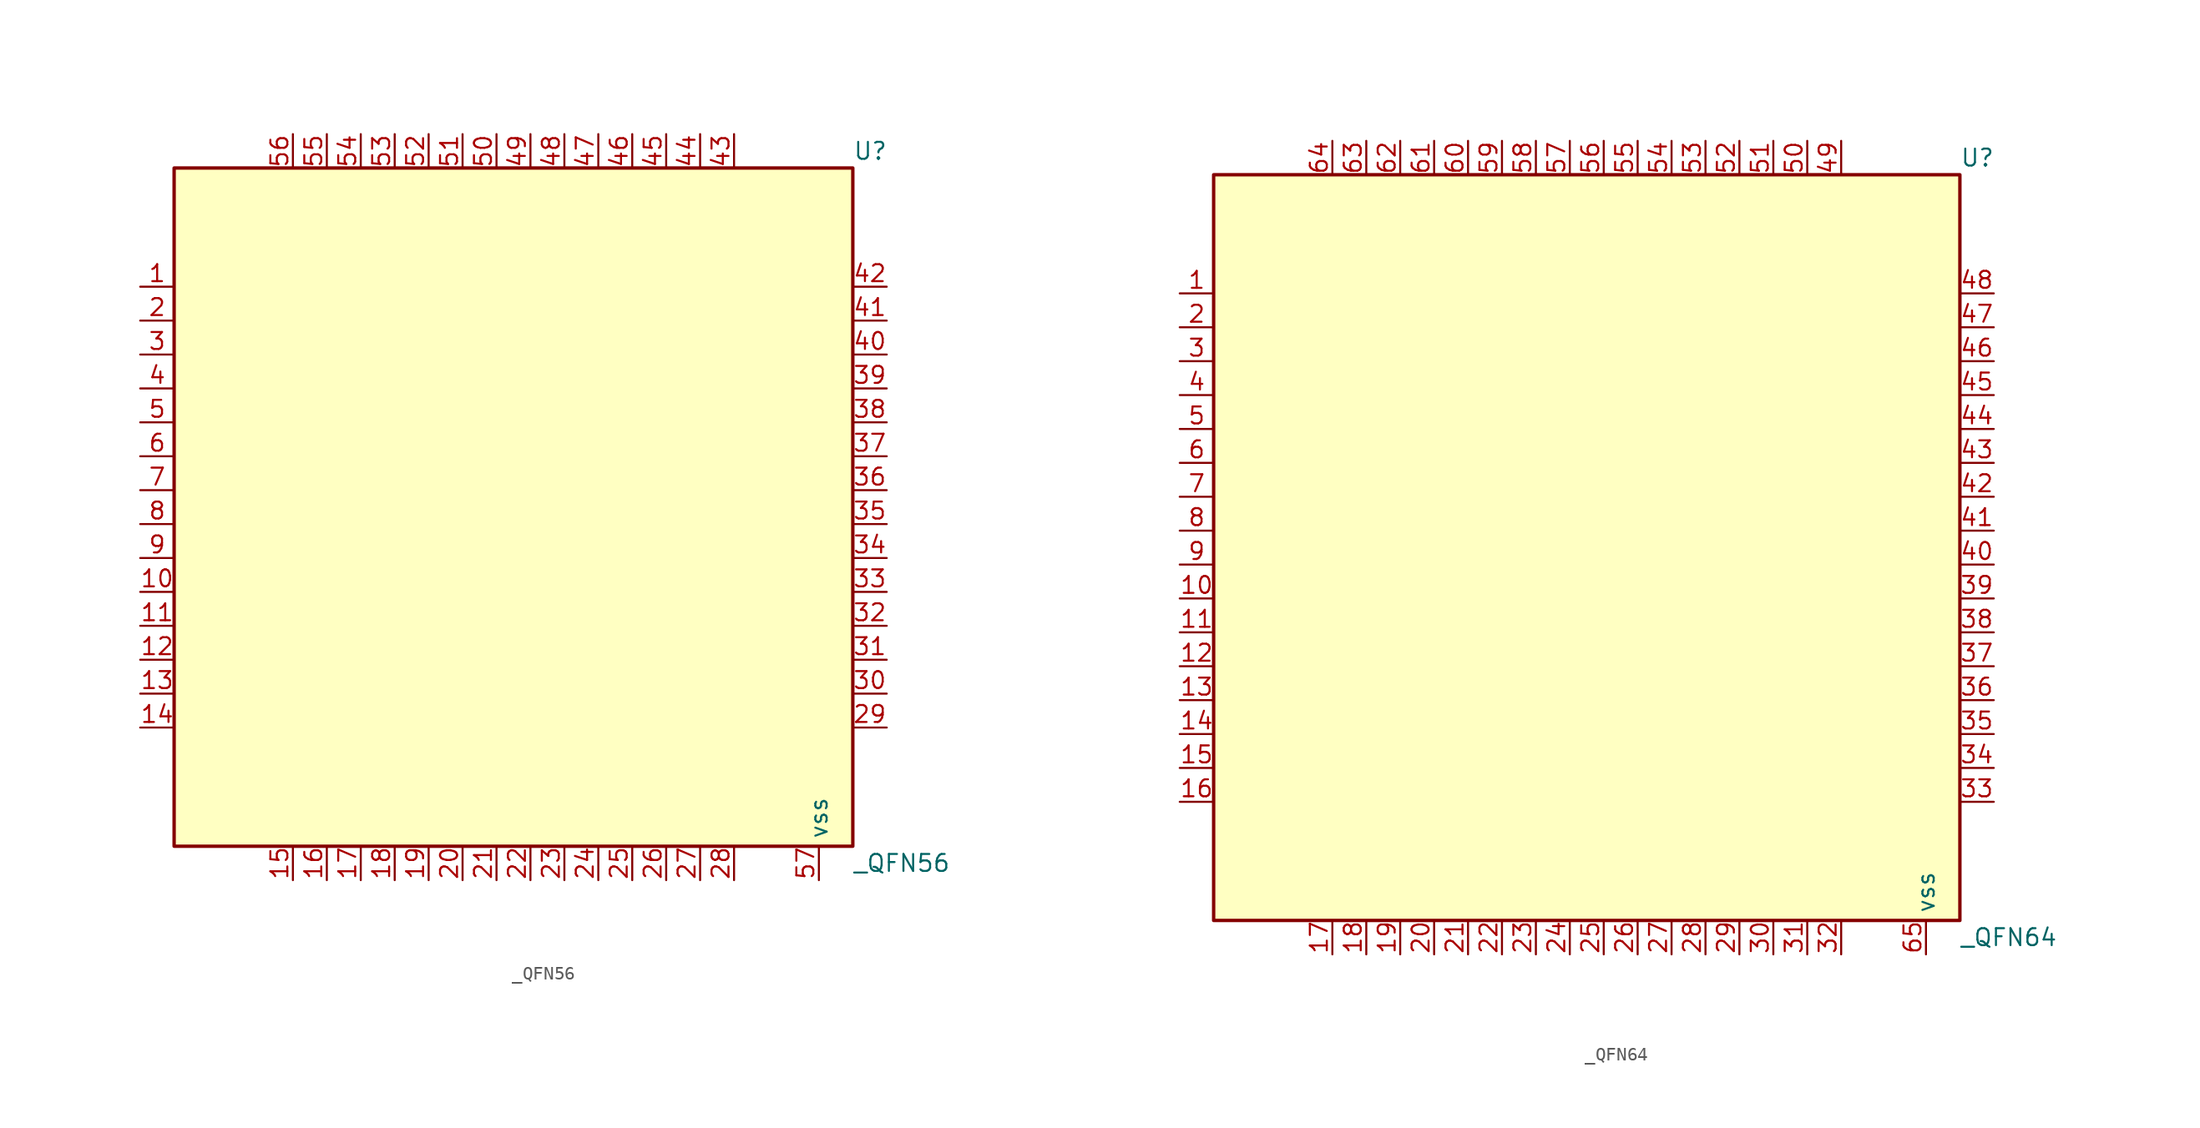
<source format=kicad_sym>
(kicad_symbol_lib
  (version 20241209)
  (generator "kicad_symbol_editor")
  (generator_version "9.0")
  (symbol "_QFN56"
    (property "Reference" "U"
      (at 25.4 26.67 0)
      (effects (font (size 1.27 1.27)) (justify left)))
    (property "Value" "_QFN56"
      (at 25.4 -26.67 0)
      (effects (font (size 1.27 1.27)) (justify left)))
    (symbol "_QFN56_0_0"
      (pin unspecified line (at -27.94 16.51 0) (length 2.54) (name "" (effects (font (size 1.27 1.27)))) (number "1" (effects (font (size 1.27 1.27)))))
      (pin unspecified line (at -27.94 13.97 0) (length 2.54) (name "" (effects (font (size 1.27 1.27)))) (number "2" (effects (font (size 1.27 1.27)))))
      (pin unspecified line (at -27.94 11.43 0) (length 2.54) (name "" (effects (font (size 1.27 1.27)))) (number "3" (effects (font (size 1.27 1.27)))))
      (pin unspecified line (at -27.94 8.89 0) (length 2.54) (name "" (effects (font (size 1.27 1.27)))) (number "4" (effects (font (size 1.27 1.27)))))
      (pin unspecified line (at -27.94 6.35 0) (length 2.54) (name "" (effects (font (size 1.27 1.27)))) (number "5" (effects (font (size 1.27 1.27)))))
      (pin unspecified line (at -27.94 3.81 0) (length 2.54) (name "" (effects (font (size 1.27 1.27)))) (number "6" (effects (font (size 1.27 1.27)))))
      (pin unspecified line (at -27.94 1.27 0) (length 2.54) (name "" (effects (font (size 1.27 1.27)))) (number "7" (effects (font (size 1.27 1.27)))))
      (pin unspecified line (at -27.94 -1.27 0) (length 2.54) (name "" (effects (font (size 1.27 1.27)))) (number "8" (effects (font (size 1.27 1.27)))))
      (pin unspecified line (at -27.94 -3.81 0) (length 2.54) (name "" (effects (font (size 1.27 1.27)))) (number "9" (effects (font (size 1.27 1.27)))))
      (pin unspecified line (at -27.94 -6.35 0) (length 2.54) (name "" (effects (font (size 1.27 1.27)))) (number "10" (effects (font (size 1.27 1.27)))))
      (pin unspecified line (at -27.94 -8.89 0) (length 2.54) (name "" (effects (font (size 1.27 1.27)))) (number "11" (effects (font (size 1.27 1.27)))))
      (pin unspecified line (at -27.94 -11.43 0) (length 2.54) (name "" (effects (font (size 1.27 1.27)))) (number "12" (effects (font (size 1.27 1.27)))))
      (pin unspecified line (at -27.94 -13.97 0) (length 2.54) (name "" (effects (font (size 1.27 1.27)))) (number "13" (effects (font (size 1.27 1.27)))))
      (pin unspecified line (at -27.94 -16.51 0) (length 2.54) (name "" (effects (font (size 1.27 1.27)))) (number "14" (effects (font (size 1.27 1.27)))))
      (pin unspecified line (at -16.51 -27.94 90) (length 2.54) (name "" (effects (font (size 1.27 1.27)))) (number "15" (effects (font (size 1.27 1.27)))))
      (pin unspecified line (at -13.97 27.94 270) (length 2.54) (name "" (effects (font (size 1.27 1.27)))) (number "55" (effects (font (size 1.27 1.27)))))
      (pin unspecified line (at -13.97 -27.94 90) (length 2.54) (name "" (effects (font (size 1.27 1.27)))) (number "16" (effects (font (size 1.27 1.27)))))
      (pin unspecified line (at -11.43 27.94 270) (length 2.54) (name "" (effects (font (size 1.27 1.27)))) (number "54" (effects (font (size 1.27 1.27)))))
      (pin unspecified line (at -11.43 -27.94 90) (length 2.54) (name "" (effects (font (size 1.27 1.27)))) (number "17" (effects (font (size 1.27 1.27)))))
      (pin unspecified line (at -8.89 27.94 270) (length 2.54) (name "" (effects (font (size 1.27 1.27)))) (number "53" (effects (font (size 1.27 1.27)))))
      (pin unspecified line (at -8.89 -27.94 90) (length 2.54) (name "" (effects (font (size 1.27 1.27)))) (number "18" (effects (font (size 1.27 1.27)))))
      (pin unspecified line (at -6.35 27.94 270) (length 2.54) (name "" (effects (font (size 1.27 1.27)))) (number "52" (effects (font (size 1.27 1.27)))))
      (pin unspecified line (at -6.35 -27.94 90) (length 2.54) (name "" (effects (font (size 1.27 1.27)))) (number "19" (effects (font (size 1.27 1.27)))))
      (pin unspecified line (at -3.81 27.94 270) (length 2.54) (name "" (effects (font (size 1.27 1.27)))) (number "51" (effects (font (size 1.27 1.27)))))
      (pin unspecified line (at -3.81 -27.94 90) (length 2.54) (name "" (effects (font (size 1.27 1.27)))) (number "20" (effects (font (size 1.27 1.27)))))
      (pin unspecified line (at -1.27 27.94 270) (length 2.54) (name "" (effects (font (size 1.27 1.27)))) (number "50" (effects (font (size 1.27 1.27)))))
      (pin unspecified line (at -1.27 -27.94 90) (length 2.54) (name "" (effects (font (size 1.27 1.27)))) (number "21" (effects (font (size 1.27 1.27)))))
      (pin unspecified line (at 1.27 27.94 270) (length 2.54) (name "" (effects (font (size 1.27 1.27)))) (number "49" (effects (font (size 1.27 1.27)))))
      (pin unspecified line (at 1.27 -27.94 90) (length 2.54) (name "" (effects (font (size 1.27 1.27)))) (number "22" (effects (font (size 1.27 1.27)))))
      (pin unspecified line (at 3.81 27.94 270) (length 2.54) (name "" (effects (font (size 1.27 1.27)))) (number "48" (effects (font (size 1.27 1.27)))))
      (pin unspecified line (at 3.81 -27.94 90) (length 2.54) (name "" (effects (font (size 1.27 1.27)))) (number "23" (effects (font (size 1.27 1.27)))))
      (pin unspecified line (at 6.35 27.94 270) (length 2.54) (name "" (effects (font (size 1.27 1.27)))) (number "47" (effects (font (size 1.27 1.27)))))
      (pin unspecified line (at 8.89 27.94 270) (length 2.54) (name "" (effects (font (size 1.27 1.27)))) (number "46" (effects (font (size 1.27 1.27)))))
      (pin unspecified line (at 11.43 27.94 270) (length 2.54) (name "" (effects (font (size 1.27 1.27)))) (number "45" (effects (font (size 1.27 1.27)))))
      (pin unspecified line (at 11.43 -27.94 90) (length 2.54) (name "" (effects (font (size 1.27 1.27)))) (number "26" (effects (font (size 1.27 1.27)))))
      (pin unspecified line (at 13.97 27.94 270) (length 2.54) (name "" (effects (font (size 1.27 1.27)))) (number "44" (effects (font (size 1.27 1.27)))))
      (pin unspecified line (at 13.97 -27.94 90) (length 2.54) (name "" (effects (font (size 1.27 1.27)))) (number "27" (effects (font (size 1.27 1.27)))))
      (pin unspecified line (at 16.51 27.94 270) (length 2.54) (name "" (effects (font (size 1.27 1.27)))) (number "43" (effects (font (size 1.27 1.27)))))
      (pin unspecified line (at 16.51 -27.94 90) (length 2.54) (name "" (effects (font (size 1.27 1.27)))) (number "28" (effects (font (size 1.27 1.27)))))
      (pin unspecified line (at 27.94 16.51 180) (length 2.54) (name "" (effects (font (size 1.27 1.27)))) (number "42" (effects (font (size 1.27 1.27)))))
      (pin unspecified line (at 27.94 8.89 180) (length 2.54) (name "" (effects (font (size 1.27 1.27)))) (number "39" (effects (font (size 1.27 1.27)))))
      (pin unspecified line (at 27.94 6.35 180) (length 2.54) (name "" (effects (font (size 1.27 1.27)))) (number "38" (effects (font (size 1.27 1.27)))))
      (pin unspecified line (at 27.94 3.81 180) (length 2.54) (name "" (effects (font (size 1.27 1.27)))) (number "37" (effects (font (size 1.27 1.27)))))
      (pin unspecified line (at 27.94 1.27 180) (length 2.54) (name "" (effects (font (size 1.27 1.27)))) (number "36" (effects (font (size 1.27 1.27)))))
      (pin unspecified line (at 27.94 -1.27 180) (length 2.54) (name "" (effects (font (size 1.27 1.27)))) (number "35" (effects (font (size 1.27 1.27)))))
      (pin unspecified line (at 27.94 -3.81 180) (length 2.54) (name "" (effects (font (size 1.27 1.27)))) (number "34" (effects (font (size 1.27 1.27)))))
      (pin unspecified line (at 27.94 -6.35 180) (length 2.54) (name "" (effects (font (size 1.27 1.27)))) (number "33" (effects (font (size 1.27 1.27)))))
      (pin unspecified line (at 27.94 -8.89 180) (length 2.54) (name "" (effects (font (size 1.27 1.27)))) (number "32" (effects (font (size 1.27 1.27)))))
      (pin unspecified line (at 27.94 -11.43 180) (length 2.54) (name "" (effects (font (size 1.27 1.27)))) (number "31" (effects (font (size 1.27 1.27)))))
      (pin unspecified line (at 27.94 -13.97 180) (length 2.54) (name "" (effects (font (size 1.27 1.27)))) (number "30" (effects (font (size 1.27 1.27)))))
      (pin unspecified line (at 27.94 -16.51 180) (length 2.54) (name "" (effects (font (size 1.27 1.27)))) (number "29" (effects (font (size 1.27 1.27))))))
    (symbol "_QFN56_1_0"
      (pin unspecified line (at -16.51 27.94 270) (length 2.54) (name "" (effects (font (size 1.27 1.27)))) (number "56" (effects (font (size 1.27 1.27)))))
      (pin unspecified line (at 6.35 -27.94 90) (length 2.54) (name "" (effects (font (size 1.27 1.27)))) (number "24" (effects (font (size 1.27 1.27)))))
      (pin unspecified line (at 8.89 -27.94 90) (length 2.54) (name "" (effects (font (size 1.27 1.27)))) (number "25" (effects (font (size 1.27 1.27)))))
      (pin unspecified line (at 22.86 -27.94 90) (length 2.54) (name "vss" (effects (font (size 1.27 1.27)))) (number "57" (effects (font (size 1.27 1.27)))))
      (pin unspecified line (at 27.94 13.97 180) (length 2.54) (name "" (effects (font (size 1.27 1.27)))) (number "41" (effects (font (size 1.27 1.27)))))
      (pin unspecified line (at 27.94 11.43 180) (length 2.54) (name "" (effects (font (size 1.27 1.27)))) (number "40" (effects (font (size 1.27 1.27))))))
    (symbol "_QFN56_1_1"
      (rectangle (start -25.4 25.4) (end 25.4 -25.4) (stroke (width 0.254) (type solid)) (fill (type background)))))
  (symbol "_QFN64"
    (property "Reference" "U"
      (at 27.94 29.21 0)
      (effects (font (size 1.27 1.27)) (justify left)))
    (property "Value" "_QFN64"
      (at 27.94 -29.21 0)
      (effects (font (size 1.27 1.27)) (justify left)))
    (symbol "_QFN64_0_0"
      (pin unspecified line (at -30.48 19.05 0) (length 2.54) (name "" (effects (font (size 1.27 1.27)))) (number "1" (effects (font (size 1.27 1.27)))))
      (pin unspecified line (at -30.48 16.51 0) (length 2.54) (name "" (effects (font (size 1.27 1.27)))) (number "2" (effects (font (size 1.27 1.27)))))
      (pin unspecified line (at -30.48 13.97 0) (length 2.54) (name "" (effects (font (size 1.27 1.27)))) (number "3" (effects (font (size 1.27 1.27)))))
      (pin unspecified line (at -30.48 11.43 0) (length 2.54) (name "" (effects (font (size 1.27 1.27)))) (number "4" (effects (font (size 1.27 1.27)))))
      (pin unspecified line (at -30.48 8.89 0) (length 2.54) (name "" (effects (font (size 1.27 1.27)))) (number "5" (effects (font (size 1.27 1.27)))))
      (pin unspecified line (at -30.48 6.35 0) (length 2.54) (name "" (effects (font (size 1.27 1.27)))) (number "6" (effects (font (size 1.27 1.27)))))
      (pin unspecified line (at -30.48 3.81 0) (length 2.54) (name "" (effects (font (size 1.27 1.27)))) (number "7" (effects (font (size 1.27 1.27)))))
      (pin unspecified line (at -30.48 1.27 0) (length 2.54) (name "" (effects (font (size 1.27 1.27)))) (number "8" (effects (font (size 1.27 1.27)))))
      (pin unspecified line (at -30.48 -1.27 0) (length 2.54) (name "" (effects (font (size 1.27 1.27)))) (number "9" (effects (font (size 1.27 1.27)))))
      (pin unspecified line (at -30.48 -3.81 0) (length 2.54) (name "" (effects (font (size 1.27 1.27)))) (number "10" (effects (font (size 1.27 1.27)))))
      (pin unspecified line (at -30.48 -6.35 0) (length 2.54) (name "" (effects (font (size 1.27 1.27)))) (number "11" (effects (font (size 1.27 1.27)))))
      (pin unspecified line (at -30.48 -8.89 0) (length 2.54) (name "" (effects (font (size 1.27 1.27)))) (number "12" (effects (font (size 1.27 1.27)))))
      (pin unspecified line (at -30.48 -11.43 0) (length 2.54) (name "" (effects (font (size 1.27 1.27)))) (number "13" (effects (font (size 1.27 1.27)))))
      (pin unspecified line (at -30.48 -13.97 0) (length 2.54) (name "" (effects (font (size 1.27 1.27)))) (number "14" (effects (font (size 1.27 1.27)))))
      (pin unspecified line (at -30.48 -16.51 0) (length 2.54) (name "" (effects (font (size 1.27 1.27)))) (number "15" (effects (font (size 1.27 1.27)))))
      (pin unspecified line (at -30.48 -19.05 0) (length 2.54) (name "" (effects (font (size 1.27 1.27)))) (number "16" (effects (font (size 1.27 1.27)))))
      (pin unspecified line (at -19.05 30.48 270) (length 2.54) (name "" (effects (font (size 1.27 1.27)))) (number "64" (effects (font (size 1.27 1.27)))))
      (pin unspecified line (at -19.05 -30.48 90) (length 2.54) (name "" (effects (font (size 1.27 1.27)))) (number "17" (effects (font (size 1.27 1.27)))))
      (pin unspecified line (at -16.51 30.48 270) (length 2.54) (name "" (effects (font (size 1.27 1.27)))) (number "63" (effects (font (size 1.27 1.27)))))
      (pin unspecified line (at -16.51 -30.48 90) (length 2.54) (name "" (effects (font (size 1.27 1.27)))) (number "18" (effects (font (size 1.27 1.27)))))
      (pin unspecified line (at -13.97 30.48 270) (length 2.54) (name "" (effects (font (size 1.27 1.27)))) (number "62" (effects (font (size 1.27 1.27)))))
      (pin unspecified line (at -13.97 -30.48 90) (length 2.54) (name "" (effects (font (size 1.27 1.27)))) (number "19" (effects (font (size 1.27 1.27)))))
      (pin unspecified line (at -11.43 30.48 270) (length 2.54) (name "" (effects (font (size 1.27 1.27)))) (number "61" (effects (font (size 1.27 1.27)))))
      (pin unspecified line (at -11.43 -30.48 90) (length 2.54) (name "" (effects (font (size 1.27 1.27)))) (number "20" (effects (font (size 1.27 1.27)))))
      (pin unspecified line (at -8.89 30.48 270) (length 2.54) (name "" (effects (font (size 1.27 1.27)))) (number "60" (effects (font (size 1.27 1.27)))))
      (pin unspecified line (at -8.89 -30.48 90) (length 2.54) (name "" (effects (font (size 1.27 1.27)))) (number "21" (effects (font (size 1.27 1.27)))))
      (pin unspecified line (at -6.35 30.48 270) (length 2.54) (name "" (effects (font (size 1.27 1.27)))) (number "59" (effects (font (size 1.27 1.27)))))
      (pin unspecified line (at -6.35 -30.48 90) (length 2.54) (name "" (effects (font (size 1.27 1.27)))) (number "22" (effects (font (size 1.27 1.27)))))
      (pin unspecified line (at -3.81 30.48 270) (length 2.54) (name "" (effects (font (size 1.27 1.27)))) (number "58" (effects (font (size 1.27 1.27)))))
      (pin unspecified line (at -3.81 -30.48 90) (length 2.54) (name "" (effects (font (size 1.27 1.27)))) (number "23" (effects (font (size 1.27 1.27)))))
      (pin unspecified line (at 3.81 30.48 270) (length 2.54) (name "" (effects (font (size 1.27 1.27)))) (number "55" (effects (font (size 1.27 1.27)))))
      (pin unspecified line (at 3.81 -30.48 90) (length 2.54) (name "" (effects (font (size 1.27 1.27)))) (number "26" (effects (font (size 1.27 1.27)))))
      (pin unspecified line (at 6.35 30.48 270) (length 2.54) (name "" (effects (font (size 1.27 1.27)))) (number "54" (effects (font (size 1.27 1.27)))))
      (pin unspecified line (at 6.35 -30.48 90) (length 2.54) (name "" (effects (font (size 1.27 1.27)))) (number "27" (effects (font (size 1.27 1.27)))))
      (pin unspecified line (at 8.89 30.48 270) (length 2.54) (name "" (effects (font (size 1.27 1.27)))) (number "53" (effects (font (size 1.27 1.27)))))
      (pin unspecified line (at 8.89 -30.48 90) (length 2.54) (name "" (effects (font (size 1.27 1.27)))) (number "28" (effects (font (size 1.27 1.27)))))
      (pin unspecified line (at 11.43 30.48 270) (length 2.54) (name "" (effects (font (size 1.27 1.27)))) (number "52" (effects (font (size 1.27 1.27)))))
      (pin unspecified line (at 11.43 -30.48 90) (length 2.54) (name "" (effects (font (size 1.27 1.27)))) (number "29" (effects (font (size 1.27 1.27)))))
      (pin unspecified line (at 13.97 30.48 270) (length 2.54) (name "" (effects (font (size 1.27 1.27)))) (number "51" (effects (font (size 1.27 1.27)))))
      (pin unspecified line (at 13.97 -30.48 90) (length 2.54) (name "" (effects (font (size 1.27 1.27)))) (number "30" (effects (font (size 1.27 1.27)))))
      (pin unspecified line (at 16.51 30.48 270) (length 2.54) (name "" (effects (font (size 1.27 1.27)))) (number "50" (effects (font (size 1.27 1.27)))))
      (pin unspecified line (at 16.51 -30.48 90) (length 2.54) (name "" (effects (font (size 1.27 1.27)))) (number "31" (effects (font (size 1.27 1.27)))))
      (pin unspecified line (at 19.05 30.48 270) (length 2.54) (name "" (effects (font (size 1.27 1.27)))) (number "49" (effects (font (size 1.27 1.27)))))
      (pin unspecified line (at 19.05 -30.48 90) (length 2.54) (name "" (effects (font (size 1.27 1.27)))) (number "32" (effects (font (size 1.27 1.27)))))
      (pin unspecified line (at 30.48 19.05 180) (length 2.54) (name "" (effects (font (size 1.27 1.27)))) (number "48" (effects (font (size 1.27 1.27)))))
      (pin unspecified line (at 30.48 16.51 180) (length 2.54) (name "" (effects (font (size 1.27 1.27)))) (number "47" (effects (font (size 1.27 1.27)))))
      (pin unspecified line (at 30.48 13.97 180) (length 2.54) (name "" (effects (font (size 1.27 1.27)))) (number "46" (effects (font (size 1.27 1.27)))))
      (pin unspecified line (at 30.48 11.43 180) (length 2.54) (name "" (effects (font (size 1.27 1.27)))) (number "45" (effects (font (size 1.27 1.27)))))
      (pin unspecified line (at 30.48 8.89 180) (length 2.54) (name "" (effects (font (size 1.27 1.27)))) (number "44" (effects (font (size 1.27 1.27)))))
      (pin unspecified line (at 30.48 6.35 180) (length 2.54) (name "" (effects (font (size 1.27 1.27)))) (number "43" (effects (font (size 1.27 1.27)))))
      (pin unspecified line (at 30.48 3.81 180) (length 2.54) (name "" (effects (font (size 1.27 1.27)))) (number "42" (effects (font (size 1.27 1.27)))))
      (pin unspecified line (at 30.48 -3.81 180) (length 2.54) (name "" (effects (font (size 1.27 1.27)))) (number "39" (effects (font (size 1.27 1.27)))))
      (pin unspecified line (at 30.48 -6.35 180) (length 2.54) (name "" (effects (font (size 1.27 1.27)))) (number "38" (effects (font (size 1.27 1.27)))))
      (pin unspecified line (at 30.48 -8.89 180) (length 2.54) (name "" (effects (font (size 1.27 1.27)))) (number "37" (effects (font (size 1.27 1.27)))))
      (pin unspecified line (at 30.48 -11.43 180) (length 2.54) (name "" (effects (font (size 1.27 1.27)))) (number "36" (effects (font (size 1.27 1.27)))))
      (pin unspecified line (at 30.48 -13.97 180) (length 2.54) (name "" (effects (font (size 1.27 1.27)))) (number "35" (effects (font (size 1.27 1.27)))))
      (pin unspecified line (at 30.48 -16.51 180) (length 2.54) (name "" (effects (font (size 1.27 1.27)))) (number "34" (effects (font (size 1.27 1.27)))))
      (pin unspecified line (at 30.48 -19.05 180) (length 2.54) (name "" (effects (font (size 1.27 1.27)))) (number "33" (effects (font (size 1.27 1.27))))))
    (symbol "_QFN64_1_0"
      (pin unspecified line (at -1.27 30.48 270) (length 2.54) (name "" (effects (font (size 1.27 1.27)))) (number "57" (effects (font (size 1.27 1.27)))))
      (pin unspecified line (at -1.27 -30.48 90) (length 2.54) (name "" (effects (font (size 1.27 1.27)))) (number "24" (effects (font (size 1.27 1.27)))))
      (pin unspecified line (at 1.27 30.48 270) (length 2.54) (name "" (effects (font (size 1.27 1.27)))) (number "56" (effects (font (size 1.27 1.27)))))
      (pin unspecified line (at 1.27 -30.48 90) (length 2.54) (name "" (effects (font (size 1.27 1.27)))) (number "25" (effects (font (size 1.27 1.27)))))
      (pin unspecified line (at 25.4 -30.48 90) (length 2.54) (name "vss" (effects (font (size 1.27 1.27)))) (number "65" (effects (font (size 1.27 1.27)))))
      (pin unspecified line (at 30.48 1.27 180) (length 2.54) (name "" (effects (font (size 1.27 1.27)))) (number "41" (effects (font (size 1.27 1.27)))))
      (pin unspecified line (at 30.48 -1.27 180) (length 2.54) (name "" (effects (font (size 1.27 1.27)))) (number "40" (effects (font (size 1.27 1.27))))))
    (symbol "_QFN64_1_1"
      (rectangle (start -27.94 27.94) (end 27.94 -27.94) (stroke (width 0.254) (type solid)) (fill (type background))))))
</source>
